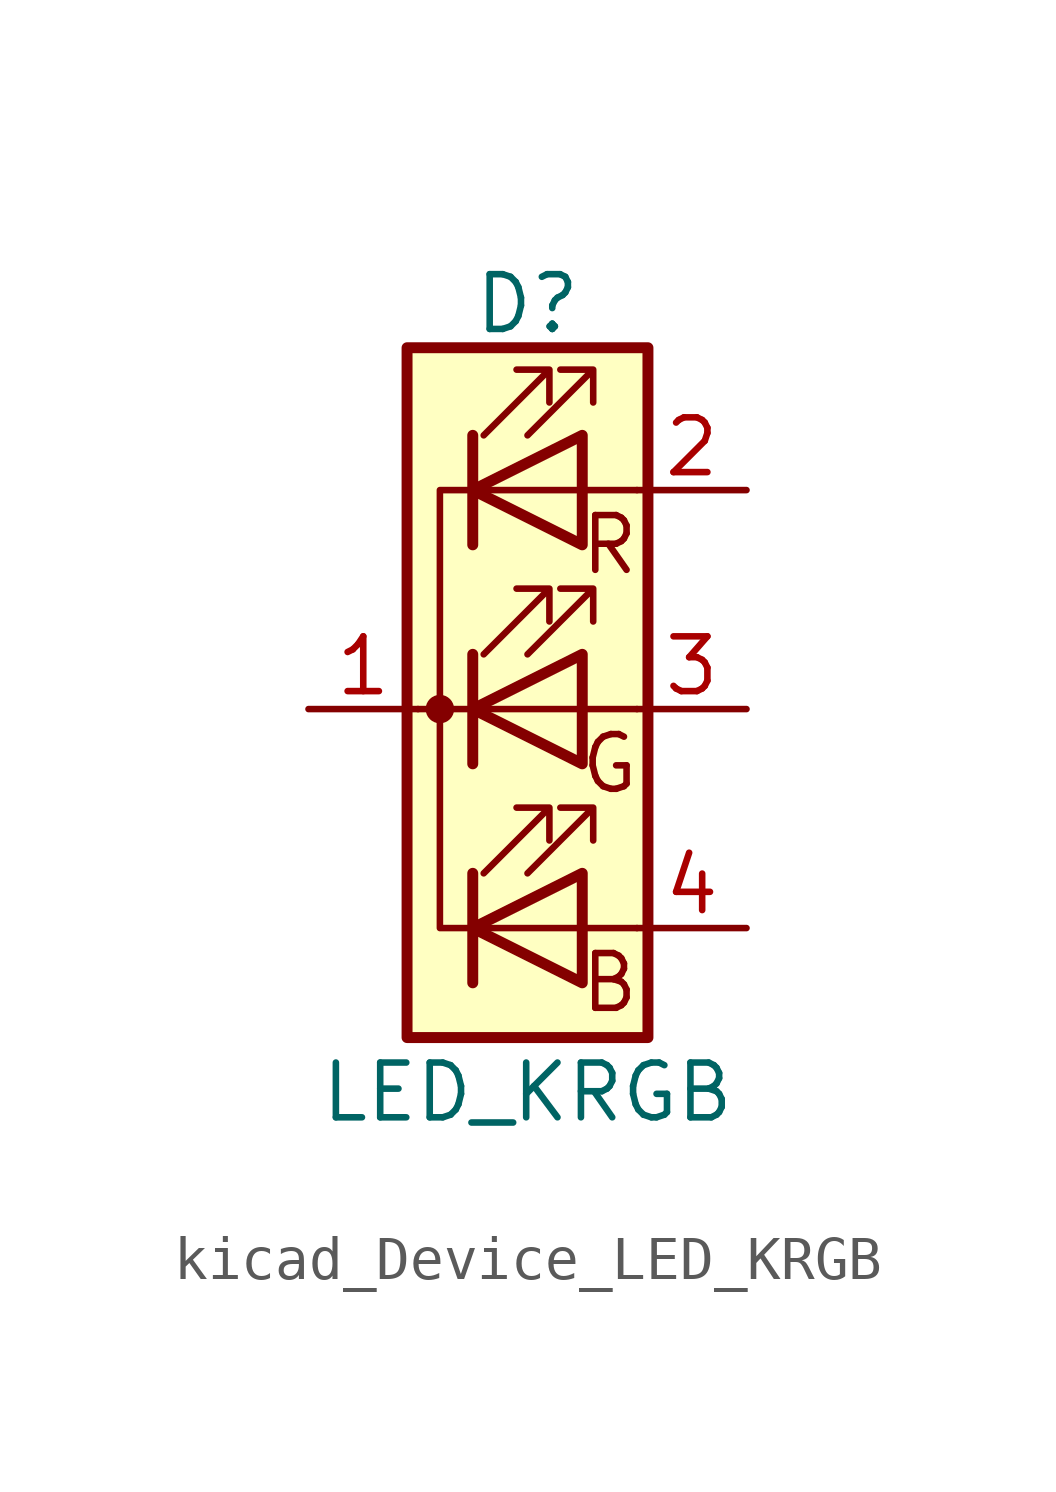
<source format=kicad_sym>
(kicad_symbol_lib
  (version 20220914)
  (generator kicad_symbol_editor)
  (symbol "kicad_Device_LED_KRGB"
    (pin_names
      (offset 0) hide)
    (property "Reference" "D"
      (at 0 9.398 0)
      (effects (font (size 1.27 1.27))))
    (property "Value" "LED_KRGB"
      (at 0 -8.89 0)
      (effects (font (size 1.27 1.27))))
    (symbol "kicad_Device_LED_KRGB_0_0"
      (text "B" (at 1.905 -6.35 0) (effects (font (size 1.27 1.27))))
      (text "G" (at 1.905 -1.27 0) (effects (font (size 1.27 1.27))))
      (text "R" (at 1.905 3.81 0) (effects (font (size 1.27 1.27)))))
    (symbol "kicad_Device_LED_KRGB_0_1"
      (circle (center -2.032 0) (radius 0.254) (stroke (width 0) (type default)) (fill (type outline)))
      (polyline (pts (xy -1.27 -5.08) (xy 1.27 -5.08)) (stroke (width 0) (type default)) (fill (type none)))
      (polyline (pts (xy -1.27 -3.81) (xy -1.27 -6.35)) (stroke (width 0.254) (type default)) (fill (type none)))
      (polyline (pts (xy -1.27 0) (xy -2.54 0)) (stroke (width 0) (type default)) (fill (type none)))
      (polyline (pts (xy -1.27 1.27) (xy -1.27 -1.27)) (stroke (width 0.254) (type default)) (fill (type none)))
      (polyline (pts (xy -1.27 5.08) (xy 1.27 5.08)) (stroke (width 0) (type default)) (fill (type none)))
      (polyline (pts (xy -1.27 6.35) (xy -1.27 3.81)) (stroke (width 0.254) (type default)) (fill (type none)))
      (polyline (pts (xy 1.27 -5.08) (xy 2.54 -5.08)) (stroke (width 0) (type default)) (fill (type none)))
      (polyline (pts (xy 1.27 0) (xy -1.27 0)) (stroke (width 0) (type default)) (fill (type none)))
      (polyline (pts (xy 1.27 0) (xy 2.54 0)) (stroke (width 0) (type default)) (fill (type none)))
      (polyline (pts (xy 1.27 5.08) (xy 2.54 5.08)) (stroke (width 0) (type default)) (fill (type none)))
      (polyline (pts (xy -1.27 1.27) (xy -1.27 -1.27) (xy -1.27 -1.27)) (stroke (width 0) (type default)) (fill (type none)))
      (polyline (pts (xy -1.27 6.35) (xy -1.27 3.81) (xy -1.27 3.81)) (stroke (width 0) (type default)) (fill (type none)))
      (polyline (pts (xy -1.27 5.08) (xy -2.032 5.08) (xy -2.032 -5.08) (xy -1.016 -5.08)) (stroke (width 0) (type default)) (fill (type none)))
      (polyline (pts (xy 1.27 -3.81) (xy 1.27 -6.35) (xy -1.27 -5.08) (xy 1.27 -3.81)) (stroke (width 0.254) (type default)) (fill (type none)))
      (polyline (pts (xy 1.27 1.27) (xy 1.27 -1.27) (xy -1.27 0) (xy 1.27 1.27)) (stroke (width 0.254) (type default)) (fill (type none)))
      (polyline (pts (xy 1.27 6.35) (xy 1.27 3.81) (xy -1.27 5.08) (xy 1.27 6.35)) (stroke (width 0.254) (type default)) (fill (type none)))
      (polyline (pts (xy -1.016 -3.81) (xy 0.508 -2.286) (xy -0.254 -2.286) (xy 0.508 -2.286) (xy 0.508 -3.048)) (stroke (width 0) (type default)) (fill (type none)))
      (polyline (pts (xy -1.016 1.27) (xy 0.508 2.794) (xy -0.254 2.794) (xy 0.508 2.794) (xy 0.508 2.032)) (stroke (width 0) (type default)) (fill (type none)))
      (polyline (pts (xy -1.016 6.35) (xy 0.508 7.874) (xy -0.254 7.874) (xy 0.508 7.874) (xy 0.508 7.112)) (stroke (width 0) (type default)) (fill (type none)))
      (polyline (pts (xy 0 -3.81) (xy 1.524 -2.286) (xy 0.762 -2.286) (xy 1.524 -2.286) (xy 1.524 -3.048)) (stroke (width 0) (type default)) (fill (type none)))
      (polyline (pts (xy 0 1.27) (xy 1.524 2.794) (xy 0.762 2.794) (xy 1.524 2.794) (xy 1.524 2.032)) (stroke (width 0) (type default)) (fill (type none)))
      (polyline (pts (xy 0 6.35) (xy 1.524 7.874) (xy 0.762 7.874) (xy 1.524 7.874) (xy 1.524 7.112)) (stroke (width 0) (type default)) (fill (type none)))
      (rectangle (start 1.27 -1.27) (end 1.27 1.27) (stroke (width 0) (type default)) (fill (type none)))
      (rectangle (start 1.27 1.27) (end 1.27 1.27) (stroke (width 0) (type default)) (fill (type none)))
      (rectangle (start 1.27 3.81) (end 1.27 6.35) (stroke (width 0) (type default)) (fill (type none)))
      (rectangle (start 1.27 6.35) (end 1.27 6.35) (stroke (width 0) (type default)) (fill (type none)))
      (rectangle (start 2.794 8.382) (end -2.794 -7.62) (stroke (width 0.254) (type default)) (fill (type background))))
    (symbol "kicad_Device_LED_KRGB_1_1"
      (pin passive line (at -5.08 0 0) (length 2.54) (name "K" (effects (font (size 1.27 1.27)))) (number "1" (effects (font (size 1.27 1.27)))))
      (pin passive line (at 5.08 5.08 180) (length 2.54) (name "RA" (effects (font (size 1.27 1.27)))) (number "2" (effects (font (size 1.27 1.27)))))
      (pin passive line (at 5.08 0 180) (length 2.54) (name "GA" (effects (font (size 1.27 1.27)))) (number "3" (effects (font (size 1.27 1.27)))))
      (pin passive line (at 5.08 -5.08 180) (length 2.54) (name "BA" (effects (font (size 1.27 1.27)))) (number "4" (effects (font (size 1.27 1.27))))))))
</source>
